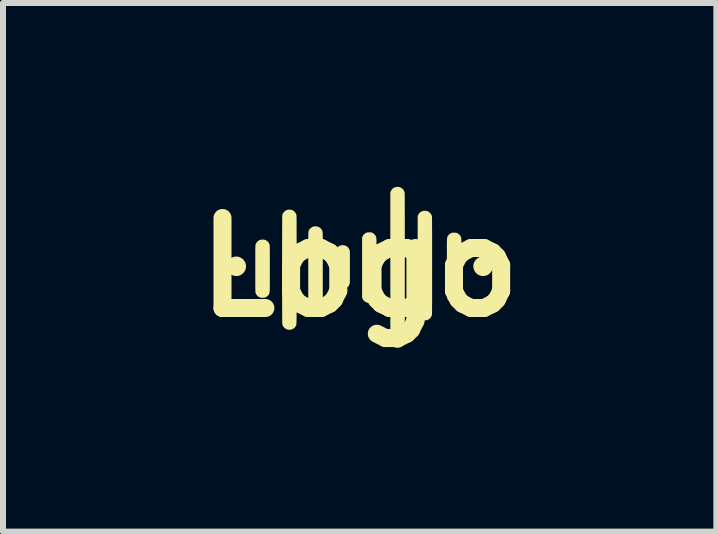
<source format=kicad_pcb>
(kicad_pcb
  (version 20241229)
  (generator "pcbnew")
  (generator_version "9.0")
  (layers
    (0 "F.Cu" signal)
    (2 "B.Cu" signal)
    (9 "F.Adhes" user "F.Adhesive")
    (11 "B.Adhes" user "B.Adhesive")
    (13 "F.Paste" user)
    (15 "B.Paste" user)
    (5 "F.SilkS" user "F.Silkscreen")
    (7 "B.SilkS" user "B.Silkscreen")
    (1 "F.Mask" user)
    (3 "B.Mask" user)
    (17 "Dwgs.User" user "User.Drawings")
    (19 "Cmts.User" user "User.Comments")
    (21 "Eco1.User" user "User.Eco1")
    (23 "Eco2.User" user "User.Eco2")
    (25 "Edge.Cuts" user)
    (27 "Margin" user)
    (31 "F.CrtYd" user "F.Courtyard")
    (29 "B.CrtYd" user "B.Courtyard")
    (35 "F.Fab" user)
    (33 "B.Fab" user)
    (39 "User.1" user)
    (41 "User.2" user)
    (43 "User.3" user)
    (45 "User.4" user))
  (footprint "Logo"
    (layer "F.Cu")
    (at 2.943 1.404)
    (property "Reference" "Logo" (at 0 0 0) (layer "F.SilkS") (effects (font (size 1.5 1.5) (thickness 0.3))))
    (attr board_only exclude_from_pos_files exclude_from_bom)
    (fp_poly (pts (xy -2.034 -0.178) (xy -2.016 -0.175) (xy -1.99 -0.165) (xy -1.965 -0.151) (xy -1.943 -0.133) (xy -1.925 -0.112) (xy -1.91 -0.087) (xy -1.9 -0.061) (xy -1.898 -0.054) (xy -1.894 -0.025) (xy -1.895 0.003) (xy -1.901 0.032) (xy -1.912 0.058) (xy -1.928 0.083) (xy -1.942 0.098) (xy -1.962 0.116) (xy -1.984 0.129) (xy -2.009 0.139) (xy -2.017 0.141) (xy -2.046 0.145) (xy -2.075 0.145) (xy -2.097 0.14) (xy -2.124 0.131) (xy -2.149 0.116) (xy -2.171 0.098) (xy -2.19 0.076) (xy -2.202 0.055) (xy -2.211 0.034) (xy -2.216 0.016) (xy -2.218 -0.003) (xy -2.219 -0.017) (xy -2.216 -0.047) (xy -2.209 -0.074) (xy -2.196 -0.1) (xy -2.178 -0.123) (xy -2.172 -0.13) (xy -2.154 -0.146) (xy -2.137 -0.158) (xy -2.119 -0.167) (xy -2.1 -0.173) (xy -2.079 -0.178) (xy -2.056 -0.179)) (stroke (width 0) (type solid)) (fill yes) (layer "F.SilkS"))
    (fp_poly (pts (xy 2.071 -0.179) (xy 2.1 -0.173) (xy 2.129 -0.163) (xy 2.131 -0.162) (xy 2.146 -0.153) (xy 2.162 -0.14) (xy 2.177 -0.125) (xy 2.19 -0.109) (xy 2.2 -0.093) (xy 2.202 -0.09) (xy 2.213 -0.062) (xy 2.218 -0.033) (xy 2.219 -0.004) (xy 2.214 0.024) (xy 2.204 0.05) (xy 2.19 0.075) (xy 2.171 0.098) (xy 2.15 0.116) (xy 2.129 0.129) (xy 2.104 0.138) (xy 2.096 0.141) (xy 2.067 0.145) (xy 2.037 0.145) (xy 2.015 0.14) (xy 1.988 0.131) (xy 1.963 0.116) (xy 1.941 0.098) (xy 1.923 0.076) (xy 1.911 0.055) (xy 1.902 0.034) (xy 1.897 0.016) (xy 1.894 -0.003) (xy 1.894 -0.017) (xy 1.896 -0.047) (xy 1.904 -0.075) (xy 1.917 -0.101) (xy 1.935 -0.125) (xy 1.942 -0.131) (xy 1.96 -0.148) (xy 1.978 -0.16) (xy 1.998 -0.169) (xy 2.012 -0.173) (xy 2.041 -0.179)) (stroke (width 0) (type solid)) (fill yes) (layer "F.SilkS"))
    (fp_poly (pts (xy -0.255 -0.366) (xy -0.232 -0.359) (xy -0.211 -0.347) (xy -0.208 -0.345) (xy -0.192 -0.33) (xy -0.179 -0.311) (xy -0.169 -0.29) (xy -0.168 -0.287) (xy -0.167 -0.284) (xy -0.166 -0.281) (xy -0.166 -0.277) (xy -0.165 -0.272) (xy -0.165 -0.267) (xy -0.164 -0.259) (xy -0.164 -0.25) (xy -0.163 -0.238) (xy -0.163 -0.224) (xy -0.163 -0.207) (xy -0.163 -0.186) (xy -0.163 -0.162) (xy -0.163 -0.134) (xy -0.163 -0.102) (xy -0.163 -0.065) (xy -0.163 -0.023) (xy -0.163 -0.004) (xy -0.163 0.04) (xy -0.163 0.079) (xy -0.163 0.114) (xy -0.163 0.144) (xy -0.163 0.169) (xy -0.163 0.191) (xy -0.163 0.21) (xy -0.163 0.225) (xy -0.164 0.238) (xy -0.164 0.248) (xy -0.164 0.256) (xy -0.165 0.263) (xy -0.165 0.268) (xy -0.166 0.272) (xy -0.167 0.275) (xy -0.168 0.277) (xy -0.177 0.3) (xy -0.191 0.32) (xy -0.209 0.336) (xy -0.229 0.348) (xy -0.252 0.357) (xy -0.276 0.361) (xy -0.3 0.36) (xy -0.313 0.357) (xy -0.337 0.349) (xy -0.358 0.335) (xy -0.376 0.318) (xy -0.39 0.296) (xy -0.392 0.293) (xy -0.401 0.274) (xy -0.401 -0.004) (xy -0.401 -0.283) (xy -0.393 -0.301) (xy -0.381 -0.32) (xy -0.368 -0.336) (xy -0.351 -0.349) (xy -0.349 -0.35) (xy -0.328 -0.361) (xy -0.304 -0.367) (xy -0.279 -0.369)) (stroke (width 0) (type solid)) (fill yes) (layer "F.SilkS"))
    (fp_poly (pts (xy 0.174 -0.583) (xy 0.185 -0.583) (xy 0.193 -0.582) (xy 0.199 -0.58) (xy 0.206 -0.577) (xy 0.213 -0.574) (xy 0.235 -0.56) (xy 0.253 -0.543) (xy 0.267 -0.522) (xy 0.276 -0.499) (xy 0.278 -0.491) (xy 0.278 -0.487) (xy 0.279 -0.477) (xy 0.279 -0.462) (xy 0.28 -0.443) (xy 0.28 -0.42) (xy 0.28 -0.393) (xy 0.28 -0.362) (xy 0.281 -0.329) (xy 0.281 -0.292) (xy 0.281 -0.254) (xy 0.281 -0.213) (xy 0.281 -0.171) (xy 0.281 -0.127) (xy 0.281 -0.082) (xy 0.281 -0.037) (xy 0.281 0.009) (xy 0.281 0.055) (xy 0.281 0.1) (xy 0.281 0.145) (xy 0.281 0.188) (xy 0.281 0.23) (xy 0.281 0.27) (xy 0.281 0.309) (xy 0.28 0.344) (xy 0.28 0.377) (xy 0.28 0.407) (xy 0.28 0.433) (xy 0.279 0.456) (xy 0.279 0.474) (xy 0.279 0.487) (xy 0.278 0.496) (xy 0.278 0.499) (xy 0.27 0.523) (xy 0.258 0.545) (xy 0.242 0.563) (xy 0.222 0.577) (xy 0.199 0.587) (xy 0.199 0.587) (xy 0.182 0.591) (xy 0.163 0.592) (xy 0.145 0.592) (xy 0.128 0.59) (xy 0.12 0.588) (xy 0.096 0.577) (xy 0.076 0.562) (xy 0.06 0.543) (xy 0.049 0.524) (xy 0.04 0.506) (xy 0.04 0.004) (xy 0.04 -0.498) (xy 0.05 -0.519) (xy 0.064 -0.54) (xy 0.081 -0.558) (xy 0.102 -0.572) (xy 0.107 -0.574) (xy 0.115 -0.578) (xy 0.122 -0.58) (xy 0.128 -0.582) (xy 0.137 -0.583) (xy 0.148 -0.583) (xy 0.16 -0.583)) (stroke (width 0) (type solid)) (fill yes) (layer "F.SilkS"))
    (fp_poly (pts (xy 1.111 -0.94) (xy 1.134 -0.933) (xy 1.137 -0.932) (xy 1.158 -0.919) (xy 1.176 -0.903) (xy 1.191 -0.883) (xy 1.201 -0.861) (xy 1.205 -0.847) (xy 1.205 -0.842) (xy 1.205 -0.832) (xy 1.205 -0.817) (xy 1.206 -0.796) (xy 1.206 -0.77) (xy 1.206 -0.738) (xy 1.206 -0.701) (xy 1.206 -0.659) (xy 1.207 -0.612) (xy 1.207 -0.559) (xy 1.207 -0.501) (xy 1.207 -0.438) (xy 1.207 -0.37) (xy 1.207 -0.297) (xy 1.207 -0.219) (xy 1.207 -0.136) (xy 1.207 -0.047) (xy 1.207 -0.029) (xy 1.207 0.06) (xy 1.207 0.145) (xy 1.207 0.224) (xy 1.207 0.298) (xy 1.207 0.367) (xy 1.207 0.431) (xy 1.207 0.49) (xy 1.207 0.544) (xy 1.207 0.592) (xy 1.206 0.635) (xy 1.206 0.673) (xy 1.206 0.706) (xy 1.206 0.733) (xy 1.205 0.755) (xy 1.205 0.772) (xy 1.205 0.783) (xy 1.205 0.788) (xy 1.205 0.789) (xy 1.198 0.812) (xy 1.186 0.833) (xy 1.17 0.852) (xy 1.15 0.867) (xy 1.137 0.874) (xy 1.127 0.879) (xy 1.118 0.881) (xy 1.108 0.883) (xy 1.095 0.884) (xy 1.092 0.884) (xy 1.071 0.884) (xy 1.054 0.882) (xy 1.05 0.881) (xy 1.027 0.871) (xy 1.006 0.857) (xy 0.989 0.839) (xy 0.975 0.817) (xy 0.975 0.816) (xy 0.966 0.798) (xy 0.966 -0.029) (xy 0.966 -0.856) (xy 0.975 -0.874) (xy 0.986 -0.893) (xy 0.999 -0.909) (xy 1.016 -0.923) (xy 1.018 -0.924) (xy 1.039 -0.934) (xy 1.063 -0.941) (xy 1.087 -0.943)) (stroke (width 0) (type solid)) (fill yes) (layer "F.SilkS"))
    (fp_poly (pts (xy 0.662 -1.337) (xy 0.684 -1.329) (xy 0.705 -1.316) (xy 0.722 -1.3) (xy 0.736 -1.281) (xy 0.745 -1.259) (xy 0.75 -1.238) (xy 0.75 -1.233) (xy 0.75 -1.224) (xy 0.75 -1.209) (xy 0.75 -1.189) (xy 0.751 -1.165) (xy 0.751 -1.136) (xy 0.751 -1.103) (xy 0.751 -1.067) (xy 0.751 -1.026) (xy 0.751 -0.982) (xy 0.751 -0.934) (xy 0.752 -0.883) (xy 0.752 -0.83) (xy 0.752 -0.773) (xy 0.752 -0.714) (xy 0.752 -0.653) (xy 0.752 -0.59) (xy 0.752 -0.525) (xy 0.752 -0.459) (xy 0.752 -0.391) (xy 0.752 -0.321) (xy 0.752 -0.251) (xy 0.752 -0.18) (xy 0.752 -0.109) (xy 0.752 -0.037) (xy 0.752 0.035) (xy 0.752 0.107) (xy 0.752 0.178) (xy 0.752 0.249) (xy 0.752 0.32) (xy 0.752 0.389) (xy 0.752 0.457) (xy 0.752 0.524) (xy 0.752 0.589) (xy 0.752 0.652) (xy 0.752 0.713) (xy 0.752 0.772) (xy 0.752 0.828) (xy 0.752 0.882) (xy 0.752 0.933) (xy 0.751 0.98) (xy 0.751 1.025) (xy 0.751 1.065) (xy 0.751 1.102) (xy 0.751 1.135) (xy 0.751 1.164) (xy 0.75 1.188) (xy 0.75 1.208) (xy 0.75 1.223) (xy 0.75 1.233) (xy 0.75 1.237) (xy 0.75 1.237) (xy 0.744 1.262) (xy 0.734 1.284) (xy 0.719 1.303) (xy 0.702 1.319) (xy 0.681 1.33) (xy 0.658 1.338) (xy 0.633 1.341) (xy 0.609 1.339) (xy 0.585 1.333) (xy 0.564 1.322) (xy 0.545 1.307) (xy 0.53 1.288) (xy 0.522 1.274) (xy 0.511 1.253) (xy 0.511 0) (xy 0.511 -1.253) (xy 0.522 -1.274) (xy 0.535 -1.296) (xy 0.553 -1.314) (xy 0.573 -1.327) (xy 0.596 -1.336) (xy 0.611 -1.339) (xy 0.637 -1.341)) (stroke (width 0) (type solid)) (fill yes) (layer "F.SilkS"))
    (fp_poly (pts (xy -1.606 -0.462) (xy -1.587 -0.46) (xy -1.585 -0.459) (xy -1.561 -0.45) (xy -1.541 -0.437) (xy -1.523 -0.42) (xy -1.51 -0.399) (xy -1.501 -0.374) (xy -1.5 -0.373) (xy -1.5 -0.371) (xy -1.499 -0.366) (xy -1.499 -0.359) (xy -1.499 -0.351) (xy -1.498 -0.339) (xy -1.498 -0.325) (xy -1.498 -0.308) (xy -1.497 -0.288) (xy -1.497 -0.264) (xy -1.497 -0.237) (xy -1.497 -0.205) (xy -1.497 -0.169) (xy -1.497 -0.129) (xy -1.497 -0.084) (xy -1.497 -0.034) (xy -1.497 0.021) (xy -1.497 0.022) (xy -1.497 0.077) (xy -1.497 0.126) (xy -1.497 0.171) (xy -1.497 0.211) (xy -1.497 0.246) (xy -1.497 0.277) (xy -1.497 0.305) (xy -1.497 0.329) (xy -1.498 0.35) (xy -1.498 0.367) (xy -1.498 0.382) (xy -1.499 0.395) (xy -1.5 0.406) (xy -1.501 0.414) (xy -1.502 0.421) (xy -1.503 0.427) (xy -1.504 0.432) (xy -1.505 0.436) (xy -1.507 0.44) (xy -1.509 0.443) (xy -1.511 0.447) (xy -1.512 0.45) (xy -1.522 0.464) (xy -1.535 0.477) (xy -1.55 0.489) (xy -1.564 0.498) (xy -1.588 0.506) (xy -1.613 0.509) (xy -1.638 0.508) (xy -1.65 0.506) (xy -1.675 0.496) (xy -1.696 0.483) (xy -1.713 0.466) (xy -1.727 0.445) (xy -1.734 0.426) (xy -1.735 0.424) (xy -1.736 0.421) (xy -1.736 0.418) (xy -1.737 0.413) (xy -1.737 0.408) (xy -1.738 0.4) (xy -1.738 0.392) (xy -1.738 0.381) (xy -1.738 0.367) (xy -1.739 0.351) (xy -1.739 0.333) (xy -1.739 0.311) (xy -1.739 0.285) (xy -1.739 0.256) (xy -1.739 0.223) (xy -1.739 0.186) (xy -1.739 0.144) (xy -1.739 0.097) (xy -1.739 0.045) (xy -1.739 0.023) (xy -1.739 -0.03) (xy -1.739 -0.079) (xy -1.739 -0.123) (xy -1.739 -0.162) (xy -1.739 -0.196) (xy -1.739 -0.227) (xy -1.739 -0.254) (xy -1.739 -0.277) (xy -1.739 -0.297) (xy -1.739 -0.314) (xy -1.738 -0.328) (xy -1.738 -0.34) (xy -1.738 -0.349) (xy -1.737 -0.357) (xy -1.737 -0.364) (xy -1.736 -0.368) (xy -1.736 -0.372) (xy -1.735 -0.376) (xy -1.735 -0.378) (xy -1.734 -0.381) (xy -1.734 -0.381) (xy -1.724 -0.403) (xy -1.71 -0.423) (xy -1.692 -0.44) (xy -1.672 -0.452) (xy -1.665 -0.455) (xy -1.647 -0.46) (xy -1.627 -0.462)) (stroke (width 0) (type solid)) (fill yes) (layer "F.SilkS"))
    (fp_poly (pts (xy -1.144 -0.959) (xy -1.14 -0.958) (xy -1.116 -0.949) (xy -1.095 -0.936) (xy -1.078 -0.919) (xy -1.064 -0.898) (xy -1.055 -0.875) (xy -1.053 -0.866) (xy -1.053 -0.861) (xy -1.052 -0.851) (xy -1.052 -0.836) (xy -1.052 -0.815) (xy -1.052 -0.789) (xy -1.051 -0.758) (xy -1.051 -0.721) (xy -1.051 -0.678) (xy -1.051 -0.631) (xy -1.051 -0.578) (xy -1.051 -0.519) (xy -1.05 -0.456) (xy -1.05 -0.387) (xy -1.05 -0.313) (xy -1.05 -0.234) (xy -1.05 -0.149) (xy -1.05 -0.06) (xy -1.05 0.035) (xy -1.05 0.04) (xy -1.05 0.125) (xy -1.05 0.204) (xy -1.05 0.278) (xy -1.05 0.347) (xy -1.05 0.411) (xy -1.05 0.471) (xy -1.05 0.526) (xy -1.05 0.577) (xy -1.05 0.624) (xy -1.05 0.667) (xy -1.05 0.706) (xy -1.051 0.741) (xy -1.051 0.773) (xy -1.051 0.803) (xy -1.051 0.828) (xy -1.052 0.852) (xy -1.052 0.872) (xy -1.052 0.89) (xy -1.053 0.906) (xy -1.053 0.919) (xy -1.054 0.931) (xy -1.055 0.941) (xy -1.055 0.949) (xy -1.056 0.956) (xy -1.057 0.962) (xy -1.058 0.966) (xy -1.059 0.97) (xy -1.06 0.973) (xy -1.061 0.975) (xy -1.063 0.977) (xy -1.064 0.979) (xy -1.066 0.981) (xy -1.067 0.983) (xy -1.069 0.985) (xy -1.069 0.986) (xy -1.076 0.996) (xy -1.084 1.006) (xy -1.09 1.011) (xy -1.105 1.022) (xy -1.122 1.03) (xy -1.141 1.037) (xy -1.153 1.039) (xy -1.163 1.041) (xy -1.17 1.041) (xy -1.177 1.041) (xy -1.185 1.04) (xy -1.193 1.039) (xy -1.216 1.033) (xy -1.237 1.022) (xy -1.256 1.007) (xy -1.271 0.989) (xy -1.283 0.968) (xy -1.29 0.946) (xy -1.29 0.942) (xy -1.29 0.933) (xy -1.29 0.918) (xy -1.291 0.899) (xy -1.291 0.876) (xy -1.291 0.848) (xy -1.291 0.816) (xy -1.292 0.78) (xy -1.292 0.741) (xy -1.292 0.699) (xy -1.292 0.654) (xy -1.292 0.606) (xy -1.292 0.555) (xy -1.292 0.502) (xy -1.293 0.448) (xy -1.293 0.391) (xy -1.293 0.333) (xy -1.293 0.274) (xy -1.293 0.214) (xy -1.293 0.153) (xy -1.293 0.092) (xy -1.293 0.03) (xy -1.293 -0.031) (xy -1.293 -0.092) (xy -1.293 -0.153) (xy -1.293 -0.213) (xy -1.293 -0.272) (xy -1.293 -0.329) (xy -1.293 -0.385) (xy -1.293 -0.439) (xy -1.292 -0.491) (xy -1.292 -0.541) (xy -1.292 -0.588) (xy -1.292 -0.633) (xy -1.292 -0.674) (xy -1.292 -0.712) (xy -1.292 -0.746) (xy -1.291 -0.777) (xy -1.291 -0.803) (xy -1.291 -0.825) (xy -1.291 -0.843) (xy -1.29 -0.856) (xy -1.29 -0.863) (xy -1.29 -0.866) (xy -1.283 -0.889) (xy -1.271 -0.91) (xy -1.256 -0.928) (xy -1.238 -0.943) (xy -1.217 -0.953) (xy -1.194 -0.96) (xy -1.169 -0.962)) (stroke (width 0) (type solid)) (fill yes) (layer "F.SilkS"))
    (fp_poly (pts (xy 1.588 -0.577) (xy 1.599 -0.577) (xy 1.607 -0.576) (xy 1.614 -0.574) (xy 1.62 -0.572) (xy 1.627 -0.569) (xy 1.649 -0.555) (xy 1.667 -0.539) (xy 1.681 -0.518) (xy 1.69 -0.497) (xy 1.69 -0.494) (xy 1.691 -0.492) (xy 1.692 -0.489) (xy 1.692 -0.485) (xy 1.693 -0.481) (xy 1.693 -0.475) (xy 1.693 -0.468) (xy 1.694 -0.46) (xy 1.694 -0.449) (xy 1.694 -0.437) (xy 1.694 -0.421) (xy 1.695 -0.404) (xy 1.695 -0.383) (xy 1.695 -0.359) (xy 1.695 -0.332) (xy 1.695 -0.301) (xy 1.695 -0.267) (xy 1.695 -0.228) (xy 1.695 -0.185) (xy 1.695 -0.137) (xy 1.695 -0.084) (xy 1.695 -0.026) (xy 1.695 0.008) (xy 1.695 0.069) (xy 1.695 0.125) (xy 1.695 0.175) (xy 1.695 0.221) (xy 1.695 0.262) (xy 1.695 0.299) (xy 1.695 0.332) (xy 1.695 0.361) (xy 1.695 0.387) (xy 1.695 0.409) (xy 1.694 0.428) (xy 1.694 0.445) (xy 1.694 0.459) (xy 1.694 0.471) (xy 1.694 0.48) (xy 1.693 0.488) (xy 1.693 0.495) (xy 1.692 0.5) (xy 1.692 0.504) (xy 1.691 0.507) (xy 1.691 0.51) (xy 1.69 0.512) (xy 1.69 0.513) (xy 1.68 0.537) (xy 1.666 0.557) (xy 1.647 0.573) (xy 1.627 0.585) (xy 1.618 0.589) (xy 1.61 0.592) (xy 1.602 0.593) (xy 1.592 0.594) (xy 1.578 0.595) (xy 1.56 0.595) (xy 1.545 0.593) (xy 1.537 0.592) (xy 1.513 0.581) (xy 1.493 0.567) (xy 1.476 0.549) (xy 1.47 0.54) (xy 1.468 0.536) (xy 1.466 0.533) (xy 1.464 0.53) (xy 1.462 0.527) (xy 1.461 0.524) (xy 1.46 0.52) (xy 1.459 0.515) (xy 1.458 0.509) (xy 1.457 0.502) (xy 1.456 0.493) (xy 1.455 0.482) (xy 1.455 0.469) (xy 1.454 0.454) (xy 1.454 0.436) (xy 1.453 0.415) (xy 1.453 0.392) (xy 1.453 0.365) (xy 1.453 0.334) (xy 1.453 0.3) (xy 1.453 0.261) (xy 1.453 0.218) (xy 1.453 0.171) (xy 1.453 0.119) (xy 1.453 0.061) (xy 1.453 0.008) (xy 1.453 -0.053) (xy 1.453 -0.11) (xy 1.453 -0.161) (xy 1.453 -0.208) (xy 1.453 -0.25) (xy 1.453 -0.288) (xy 1.453 -0.322) (xy 1.453 -0.352) (xy 1.453 -0.379) (xy 1.453 -0.402) (xy 1.454 -0.422) (xy 1.454 -0.44) (xy 1.455 -0.455) (xy 1.455 -0.467) (xy 1.456 -0.478) (xy 1.457 -0.486) (xy 1.458 -0.493) (xy 1.459 -0.499) (xy 1.46 -0.504) (xy 1.461 -0.508) (xy 1.463 -0.511) (xy 1.464 -0.514) (xy 1.466 -0.517) (xy 1.468 -0.52) (xy 1.47 -0.523) (xy 1.485 -0.542) (xy 1.504 -0.559) (xy 1.522 -0.569) (xy 1.529 -0.572) (xy 1.536 -0.575) (xy 1.543 -0.576) (xy 1.551 -0.577) (xy 1.562 -0.577) (xy 1.574 -0.577)) (stroke (width 0) (type solid)) (fill yes) (layer "F.SilkS"))
    (fp_poly (pts (xy -0.723 -0.683) (xy -0.7 -0.678) (xy -0.678 -0.67) (xy -0.659 -0.657) (xy -0.642 -0.641) (xy -0.629 -0.622) (xy -0.62 -0.602) (xy -0.62 -0.6) (xy -0.619 -0.598) (xy -0.619 -0.595) (xy -0.618 -0.592) (xy -0.618 -0.588) (xy -0.617 -0.584) (xy -0.617 -0.578) (xy -0.617 -0.57) (xy -0.616 -0.561) (xy -0.616 -0.551) (xy -0.616 -0.538) (xy -0.616 -0.523) (xy -0.615 -0.505) (xy -0.615 -0.485) (xy -0.615 -0.461) (xy -0.615 -0.435) (xy -0.615 -0.405) (xy -0.615 -0.372) (xy -0.615 -0.335) (xy -0.615 -0.294) (xy -0.615 -0.248) (xy -0.615 -0.198) (xy -0.615 -0.144) (xy -0.615 -0.085) (xy -0.615 -0.02) (xy -0.615 0.043) (xy -0.615 0.112) (xy -0.615 0.176) (xy -0.615 0.235) (xy -0.615 0.289) (xy -0.615 0.339) (xy -0.615 0.384) (xy -0.615 0.425) (xy -0.615 0.462) (xy -0.615 0.495) (xy -0.615 0.524) (xy -0.615 0.55) (xy -0.615 0.573) (xy -0.615 0.593) (xy -0.616 0.611) (xy -0.616 0.626) (xy -0.616 0.638) (xy -0.616 0.649) (xy -0.617 0.658) (xy -0.617 0.665) (xy -0.617 0.671) (xy -0.618 0.675) (xy -0.618 0.679) (xy -0.619 0.681) (xy -0.619 0.684) (xy -0.62 0.685) (xy -0.63 0.708) (xy -0.644 0.728) (xy -0.661 0.744) (xy -0.682 0.757) (xy -0.705 0.765) (xy -0.729 0.769) (xy -0.755 0.767) (xy -0.763 0.766) (xy -0.783 0.76) (xy -0.803 0.749) (xy -0.821 0.735) (xy -0.836 0.718) (xy -0.842 0.709) (xy -0.843 0.706) (xy -0.845 0.703) (xy -0.846 0.701) (xy -0.848 0.698) (xy -0.849 0.695) (xy -0.85 0.692) (xy -0.851 0.687) (xy -0.852 0.682) (xy -0.853 0.676) (xy -0.854 0.668) (xy -0.854 0.659) (xy -0.855 0.648) (xy -0.855 0.634) (xy -0.856 0.619) (xy -0.856 0.601) (xy -0.856 0.581) (xy -0.857 0.557) (xy -0.857 0.53) (xy -0.857 0.5) (xy -0.857 0.467) (xy -0.857 0.43) (xy -0.857 0.388) (xy -0.857 0.343) (xy -0.857 0.293) (xy -0.857 0.238) (xy -0.857 0.179) (xy -0.857 0.115) (xy -0.857 0.045) (xy -0.857 0.043) (xy -0.857 -0.027) (xy -0.857 -0.092) (xy -0.857 -0.151) (xy -0.857 -0.206) (xy -0.857 -0.256) (xy -0.857 -0.302) (xy -0.857 -0.343) (xy -0.857 -0.38) (xy -0.857 -0.414) (xy -0.857 -0.444) (xy -0.857 -0.471) (xy -0.856 -0.494) (xy -0.856 -0.515) (xy -0.856 -0.533) (xy -0.855 -0.549) (xy -0.855 -0.562) (xy -0.854 -0.573) (xy -0.854 -0.582) (xy -0.853 -0.59) (xy -0.852 -0.597) (xy -0.851 -0.602) (xy -0.85 -0.606) (xy -0.849 -0.609) (xy -0.848 -0.612) (xy -0.846 -0.615) (xy -0.845 -0.618) (xy -0.843 -0.62) (xy -0.842 -0.623) (xy -0.842 -0.623) (xy -0.833 -0.636) (xy -0.821 -0.649) (xy -0.808 -0.66) (xy -0.796 -0.669) (xy -0.794 -0.67) (xy -0.771 -0.679) (xy -0.747 -0.683)) (stroke (width 0) (type solid)) (fill yes) (layer "F.SilkS")))
  (gr_rect
    (start -3 -3)
    (end 8.886 5.808)
    (stroke (width 0.1) (type default))
    (fill no)
    (layer "Edge.Cuts")))
</source>
